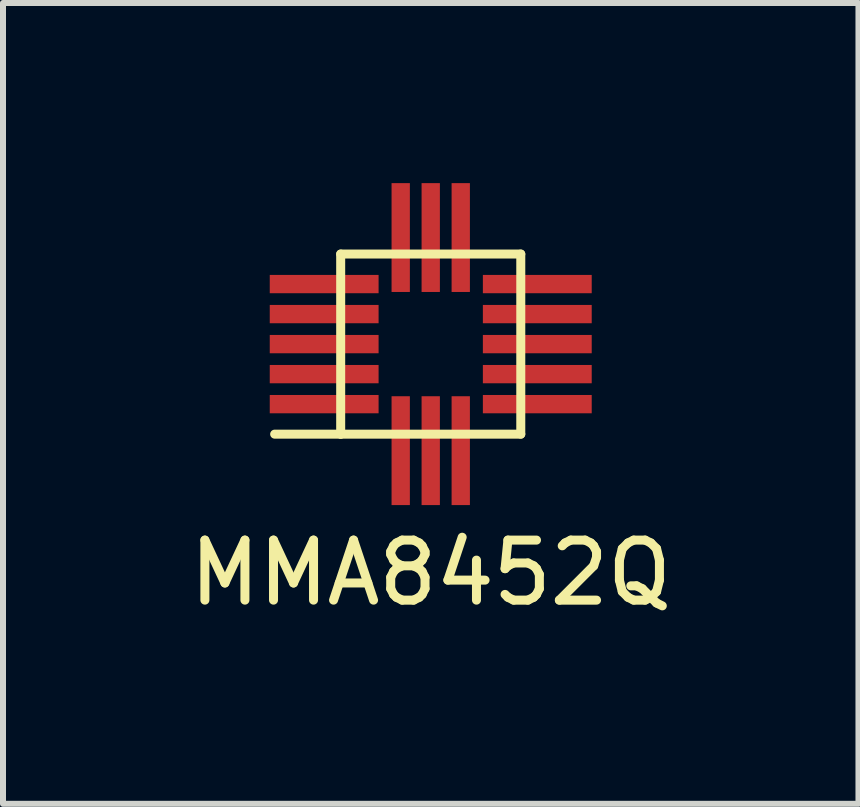
<source format=kicad_pcb>
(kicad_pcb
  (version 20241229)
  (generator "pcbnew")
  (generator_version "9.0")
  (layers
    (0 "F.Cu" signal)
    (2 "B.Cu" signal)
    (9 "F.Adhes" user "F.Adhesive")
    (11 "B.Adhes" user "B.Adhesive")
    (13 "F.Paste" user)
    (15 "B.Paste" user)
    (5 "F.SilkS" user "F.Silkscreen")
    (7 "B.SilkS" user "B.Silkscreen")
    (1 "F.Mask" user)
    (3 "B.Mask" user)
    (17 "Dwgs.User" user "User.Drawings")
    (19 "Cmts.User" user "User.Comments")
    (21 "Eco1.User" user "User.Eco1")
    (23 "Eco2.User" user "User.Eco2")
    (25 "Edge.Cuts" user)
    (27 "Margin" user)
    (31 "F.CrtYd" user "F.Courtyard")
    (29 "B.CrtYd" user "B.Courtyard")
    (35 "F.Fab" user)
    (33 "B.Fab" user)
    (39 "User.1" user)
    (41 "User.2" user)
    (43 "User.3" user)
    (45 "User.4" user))
  (footprint "MMA8452Q"
    (layer "F.Cu")
    (at 4.125 2.682)
    (property "Reference" "MMA8452Q" (at 0 3.81 0) (layer "F.SilkS") (effects (font (size 1 1) (thickness 0.15))))
    (attr through_hole)
    (fp_line (start -1.5 -1.5) (end 1.5 -1.5) (stroke (width 0.15) (type solid)) (layer "F.SilkS"))
    (fp_line (start -1.5 1.5) (end -2.6 1.5) (stroke (width 0.15) (type solid)) (layer "F.SilkS"))
    (fp_line (start -1.5 1.5) (end -1.5 -1.5) (stroke (width 0.15) (type solid)) (layer "F.SilkS"))
    (fp_line (start 1.5 -1.5) (end 1.5 1.5) (stroke (width 0.15) (type solid)) (layer "F.SilkS"))
    (fp_line (start 1.5 1.5) (end -1.5 1.5) (stroke (width 0.15) (type solid)) (layer "F.SilkS"))
    (pad "1" smd rect (at -1.775 1) (size 1.813 0.305) (layers "F.Cu" "F.Mask" "F.Paste"))
    (pad "2" smd rect (at -1.775 0.5) (size 1.813 0.305) (layers "F.Cu" "F.Mask" "F.Paste"))
    (pad "3" smd rect (at -1.775 0) (size 1.813 0.305) (layers "F.Cu" "F.Mask" "F.Paste"))
    (pad "4" smd rect (at -1.775 -0.5) (size 1.813 0.305) (layers "F.Cu" "F.Mask" "F.Paste"))
    (pad "5" smd rect (at -1.775 -1) (size 1.813 0.305) (layers "F.Cu" "F.Mask" "F.Paste"))
    (pad "6" smd rect (at -0.5 -1.775 90) (size 1.813 0.305) (layers "F.Cu" "F.Mask" "F.Paste"))
    (pad "7" smd rect (at 0 -1.775 90) (size 1.813 0.305) (layers "F.Cu" "F.Mask" "F.Paste"))
    (pad "8" smd rect (at 0.5 -1.775 90) (size 1.813 0.305) (layers "F.Cu" "F.Mask" "F.Paste"))
    (pad "9" smd rect (at 1.775 -1) (size 1.813 0.305) (layers "F.Cu" "F.Mask" "F.Paste"))
    (pad "10" smd rect (at 1.775 -0.5) (size 1.813 0.305) (layers "F.Cu" "F.Mask" "F.Paste"))
    (pad "11" smd rect (at 1.775 0) (size 1.813 0.305) (layers "F.Cu" "F.Mask" "F.Paste"))
    (pad "12" smd rect (at 1.775 0.5) (size 1.813 0.305) (layers "F.Cu" "F.Mask" "F.Paste"))
    (pad "13" smd rect (at 1.775 1) (size 1.813 0.305) (layers "F.Cu" "F.Mask" "F.Paste"))
    (pad "14" smd rect (at 0.5 1.775 90) (size 1.813 0.305) (layers "F.Cu" "F.Mask" "F.Paste"))
    (pad "15" smd rect (at 0 1.775 90) (size 1.813 0.305) (layers "F.Cu" "F.Mask" "F.Paste"))
    (pad "16" smd rect (at -0.5 1.775 90) (size 1.813 0.305) (layers "F.Cu" "F.Mask" "F.Paste")))
  (gr_rect
    (start -3 -3)
    (end 11.25 10.34)
    (stroke (width 0.1) (type default))
    (fill no)
    (layer "Edge.Cuts")))
</source>
